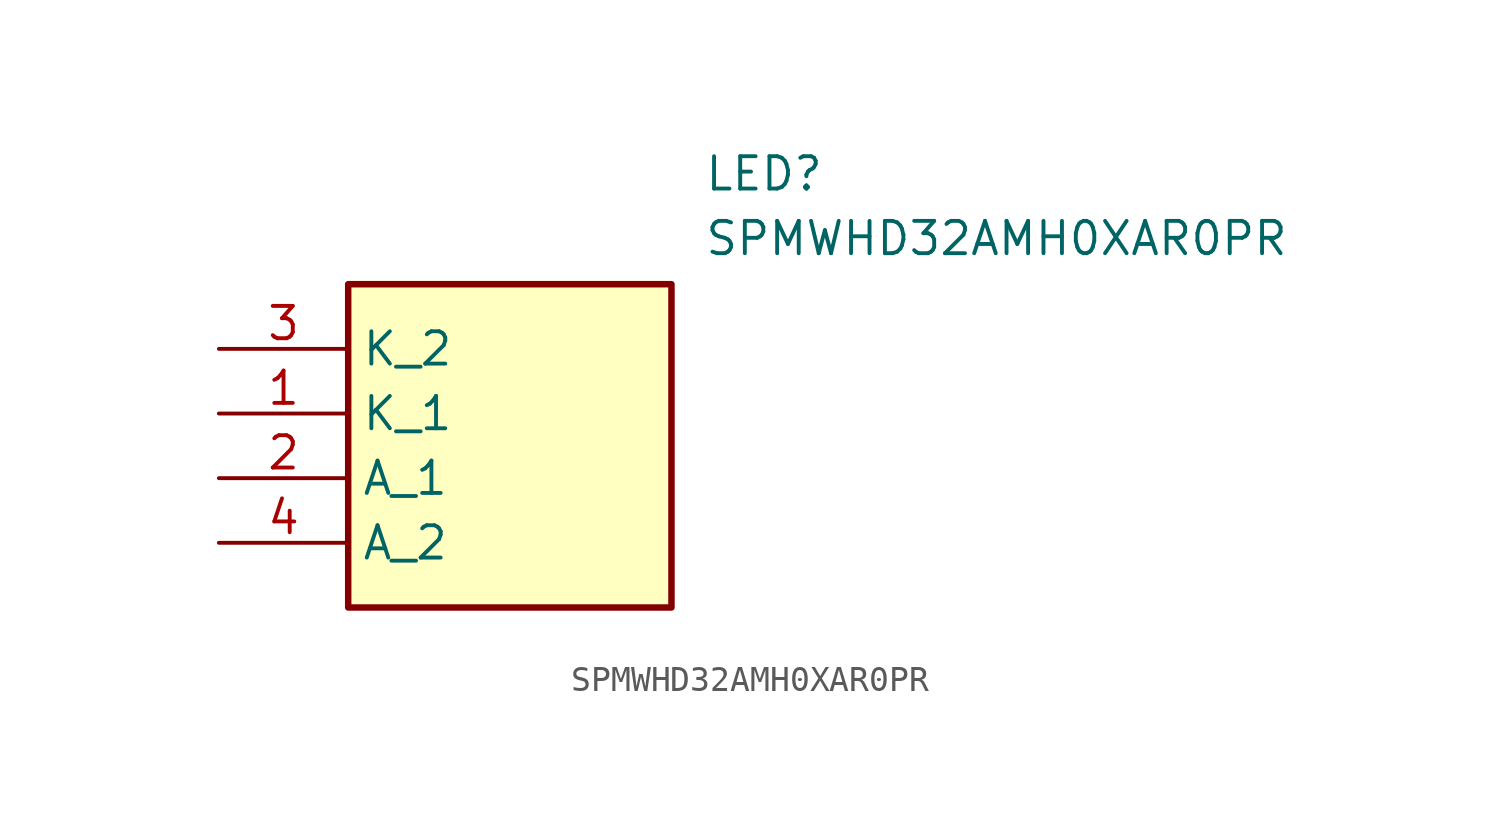
<source format=kicad_sym>
(kicad_symbol_lib
  (version 20211014)
  (generator SamacSys_ECAD_Model)
  (symbol "SPMWHD32AMH0XAR0PR"
    (property "Reference" "LED"
      (at 19.05 7.62 0)
      (effects (font (size 1.27 1.27)) (justify left top)))
    (property "Value" "SPMWHD32AMH0XAR0PR"
      (at 19.05 5.08 0)
      (effects (font (size 1.27 1.27)) (justify left top)))
    (rectangle
      (start 5.08 2.54)
      (end 17.78 -10.16)
      (stroke (width 0.254) (type default))
      (fill (type background)))
    (pin passive line
      (at 0 -2.54 0)
      (length 5.08)
      (name "K_1" (effects (font (size 1.27 1.27))))
      (number "1" (effects (font (size 1.27 1.27)))))
    (pin passive line
      (at 0 -5.08 0)
      (length 5.08)
      (name "A_1" (effects (font (size 1.27 1.27))))
      (number "2" (effects (font (size 1.27 1.27)))))
    (pin passive line
      (at 0 0 0)
      (length 5.08)
      (name "K_2" (effects (font (size 1.27 1.27))))
      (number "3" (effects (font (size 1.27 1.27)))))
    (pin passive line
      (at 0 -7.62 0)
      (length 5.08)
      (name "A_2" (effects (font (size 1.27 1.27))))
      (number "4" (effects (font (size 1.27 1.27)))))))
</source>
